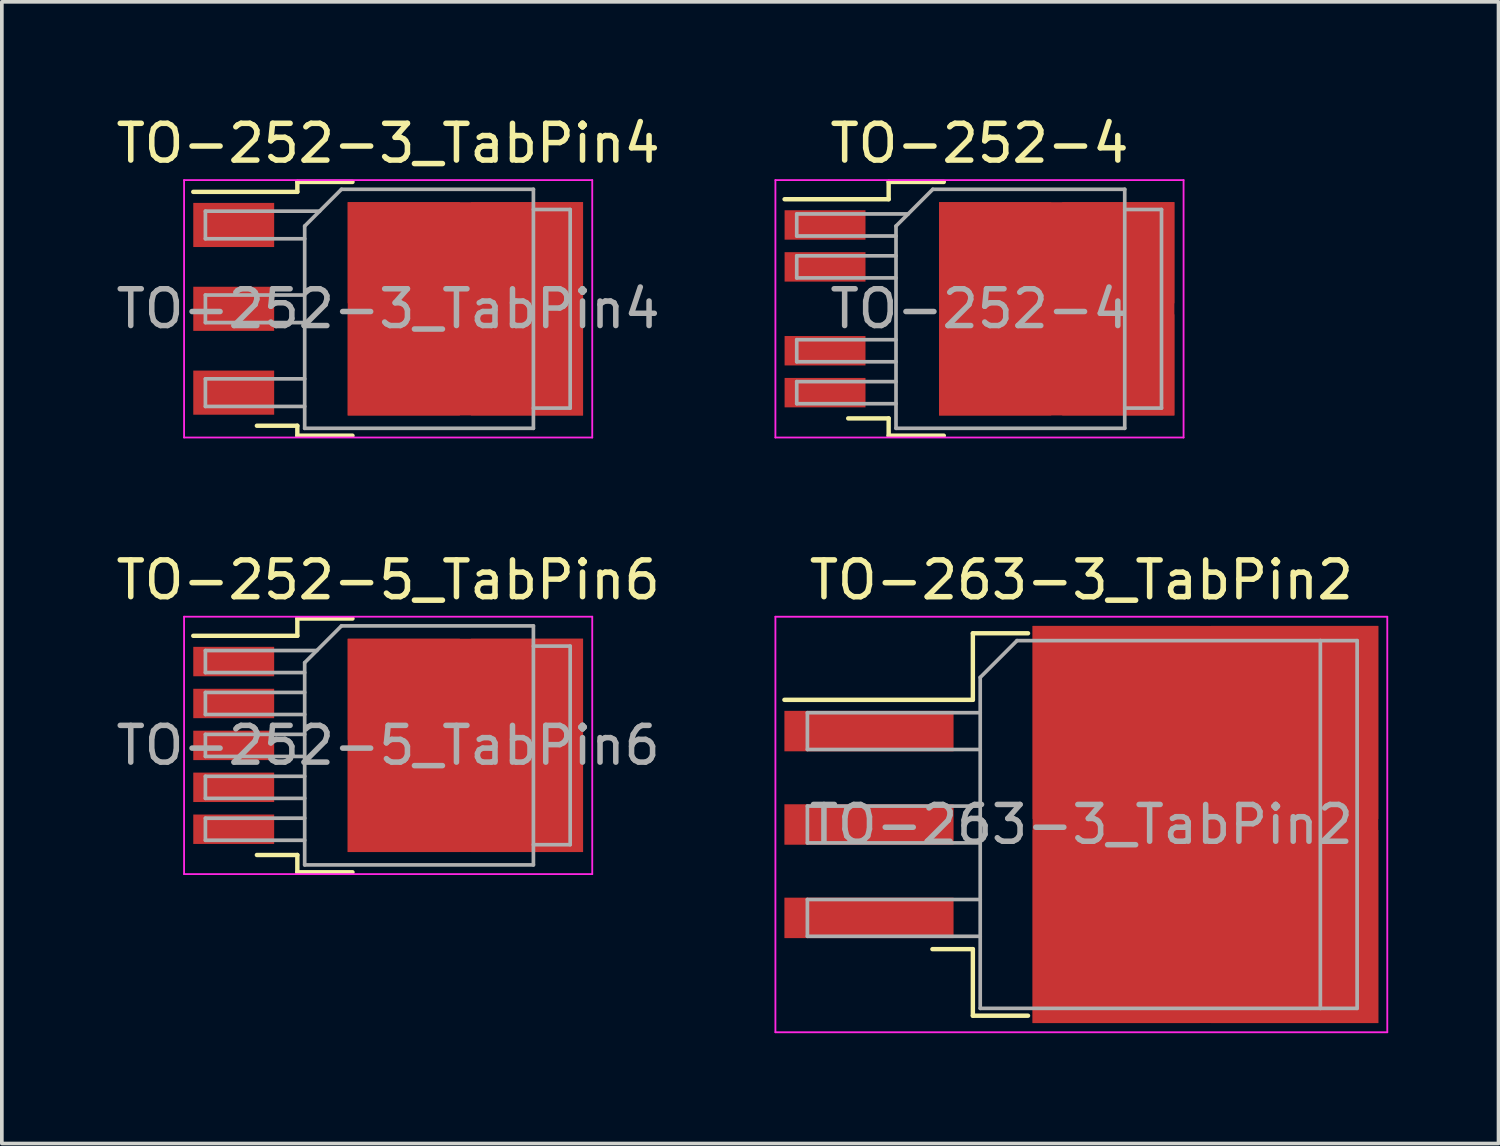
<source format=kicad_pcb>
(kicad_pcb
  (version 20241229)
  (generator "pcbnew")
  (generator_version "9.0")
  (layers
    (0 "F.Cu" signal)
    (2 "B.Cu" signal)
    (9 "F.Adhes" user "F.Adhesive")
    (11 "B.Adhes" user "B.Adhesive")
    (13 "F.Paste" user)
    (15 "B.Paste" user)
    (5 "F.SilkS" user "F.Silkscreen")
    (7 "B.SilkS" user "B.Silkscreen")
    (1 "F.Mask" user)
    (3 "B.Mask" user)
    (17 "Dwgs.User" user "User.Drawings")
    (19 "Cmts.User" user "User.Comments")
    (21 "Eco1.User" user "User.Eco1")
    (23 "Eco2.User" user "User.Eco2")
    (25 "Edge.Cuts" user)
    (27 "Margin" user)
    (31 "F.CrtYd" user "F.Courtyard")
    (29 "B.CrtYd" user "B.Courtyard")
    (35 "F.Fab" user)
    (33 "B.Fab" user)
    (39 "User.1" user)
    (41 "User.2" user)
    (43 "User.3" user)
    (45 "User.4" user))
  (footprint "TO-252-4"
    (layer "F.Cu")
    (at 23.587 5.348)
    (property "Reference" "TO-252-4" (at 0 -4.5 0) (layer "F.SilkS") (effects (font (size 1 1) (thickness 0.15))))
    (attr smd)
    (fp_line (start -2.47 -3.45) (end -2.47 -2.98) (stroke (width 0.12) (type solid)) (layer "F.SilkS"))
    (fp_line (start -2.47 -2.98) (end -5.3 -2.98) (stroke (width 0.12) (type solid)) (layer "F.SilkS"))
    (fp_line (start -2.47 2.98) (end -3.57 2.98) (stroke (width 0.12) (type solid)) (layer "F.SilkS"))
    (fp_line (start -2.47 3.45) (end -2.47 2.98) (stroke (width 0.12) (type solid)) (layer "F.SilkS"))
    (fp_line (start -0.97 -3.45) (end -2.47 -3.45) (stroke (width 0.12) (type solid)) (layer "F.SilkS"))
    (fp_line (start -0.97 3.45) (end -2.47 3.45) (stroke (width 0.12) (type solid)) (layer "F.SilkS"))
    (fp_line (start -5.55 -3.5) (end -5.55 3.5) (stroke (width 0.05) (type solid)) (layer "F.CrtYd"))
    (fp_line (start -5.55 3.5) (end 5.55 3.5) (stroke (width 0.05) (type solid)) (layer "F.CrtYd"))
    (fp_line (start 5.55 -3.5) (end -5.55 -3.5) (stroke (width 0.05) (type solid)) (layer "F.CrtYd"))
    (fp_line (start 5.55 3.5) (end 5.55 -3.5) (stroke (width 0.05) (type solid)) (layer "F.CrtYd"))
    (fp_line (start -4.97 -2.58) (end -4.97 -1.98) (stroke (width 0.1) (type solid)) (layer "F.Fab"))
    (fp_line (start -4.97 -1.98) (end -2.27 -1.98) (stroke (width 0.1) (type solid)) (layer "F.Fab"))
    (fp_line (start -4.97 -1.44) (end -4.97 -0.84) (stroke (width 0.1) (type solid)) (layer "F.Fab"))
    (fp_line (start -4.97 -0.84) (end -2.27 -0.84) (stroke (width 0.1) (type solid)) (layer "F.Fab"))
    (fp_line (start -4.97 0.84) (end -4.97 1.44) (stroke (width 0.1) (type solid)) (layer "F.Fab"))
    (fp_line (start -4.97 1.44) (end -2.27 1.44) (stroke (width 0.1) (type solid)) (layer "F.Fab"))
    (fp_line (start -4.97 1.98) (end -4.97 2.58) (stroke (width 0.1) (type solid)) (layer "F.Fab"))
    (fp_line (start -4.97 2.58) (end -2.27 2.58) (stroke (width 0.1) (type solid)) (layer "F.Fab"))
    (fp_line (start -2.27 -2.25) (end -1.27 -3.25) (stroke (width 0.1) (type solid)) (layer "F.Fab"))
    (fp_line (start -2.27 -1.44) (end -4.97 -1.44) (stroke (width 0.1) (type solid)) (layer "F.Fab"))
    (fp_line (start -2.27 0.84) (end -4.97 0.84) (stroke (width 0.1) (type solid)) (layer "F.Fab"))
    (fp_line (start -2.27 1.98) (end -4.97 1.98) (stroke (width 0.1) (type solid)) (layer "F.Fab"))
    (fp_line (start -2.27 3.25) (end -2.27 -2.25) (stroke (width 0.1) (type solid)) (layer "F.Fab"))
    (fp_line (start -1.94 -2.58) (end -4.97 -2.58) (stroke (width 0.1) (type solid)) (layer "F.Fab"))
    (fp_line (start -1.27 -3.25) (end 3.95 -3.25) (stroke (width 0.1) (type solid)) (layer "F.Fab"))
    (fp_line (start 3.95 -3.25) (end 3.95 3.25) (stroke (width 0.1) (type solid)) (layer "F.Fab"))
    (fp_line (start 3.95 -2.7) (end 4.95 -2.7) (stroke (width 0.1) (type solid)) (layer "F.Fab"))
    (fp_line (start 3.95 3.25) (end -2.27 3.25) (stroke (width 0.1) (type solid)) (layer "F.Fab"))
    (fp_line (start 4.95 -2.7) (end 4.95 2.7) (stroke (width 0.1) (type solid)) (layer "F.Fab"))
    (fp_line (start 4.95 2.7) (end 3.95 2.7) (stroke (width 0.1) (type solid)) (layer "F.Fab"))
    (fp_text user "${REFERENCE}" (at 0 0 0) (layer "F.Fab") (effects (font (size 1 1) (thickness 0.15))))
    (pad "1" smd rect (at -4.2 -2.28) (size 2.2 0.8) (layers "F.Cu" "F.Mask" "F.Paste"))
    (pad "2" smd rect (at -4.2 -1.14) (size 2.2 0.8) (layers "F.Cu" "F.Mask" "F.Paste"))
    (pad "3" smd rect (at 0.425 -1.525) (size 3.05 2.75) (layers "F.Cu" "F.Paste"))
    (pad "3" smd rect (at 0.425 1.525) (size 3.05 2.75) (layers "F.Cu" "F.Paste"))
    (pad "3" smd rect (at 2.1 0) (size 6.4 5.8) (layers "F.Cu" "F.Mask"))
    (pad "3" smd rect (at 3.775 -1.525) (size 3.05 2.75) (layers "F.Cu" "F.Paste"))
    (pad "3" smd rect (at 3.775 1.525) (size 3.05 2.75) (layers "F.Cu" "F.Paste"))
    (pad "4" smd rect (at -4.2 1.14) (size 2.2 0.8) (layers "F.Cu" "F.Mask" "F.Paste"))
    (pad "5" smd rect (at -4.2 2.28) (size 2.2 0.8) (layers "F.Cu" "F.Mask" "F.Paste")))
  (footprint "TO-252-3_TabPin4"
    (layer "F.Cu")
    (at 7.506 5.348)
    (property "Reference" "TO-252-3_TabPin4" (at 0 -4.5 0) (layer "F.SilkS") (effects (font (size 1 1) (thickness 0.15))))
    (attr smd)
    (fp_line (start -2.47 -3.45) (end -2.47 -3.18) (stroke (width 0.12) (type solid)) (layer "F.SilkS"))
    (fp_line (start -2.47 -3.18) (end -5.3 -3.18) (stroke (width 0.12) (type solid)) (layer "F.SilkS"))
    (fp_line (start -2.47 3.18) (end -3.57 3.18) (stroke (width 0.12) (type solid)) (layer "F.SilkS"))
    (fp_line (start -2.47 3.45) (end -2.47 3.18) (stroke (width 0.12) (type solid)) (layer "F.SilkS"))
    (fp_line (start -0.97 -3.45) (end -2.47 -3.45) (stroke (width 0.12) (type solid)) (layer "F.SilkS"))
    (fp_line (start -0.97 3.45) (end -2.47 3.45) (stroke (width 0.12) (type solid)) (layer "F.SilkS"))
    (fp_line (start -5.55 -3.5) (end -5.55 3.5) (stroke (width 0.05) (type solid)) (layer "F.CrtYd"))
    (fp_line (start -5.55 3.5) (end 5.55 3.5) (stroke (width 0.05) (type solid)) (layer "F.CrtYd"))
    (fp_line (start 5.55 -3.5) (end -5.55 -3.5) (stroke (width 0.05) (type solid)) (layer "F.CrtYd"))
    (fp_line (start 5.55 3.5) (end 5.55 -3.5) (stroke (width 0.05) (type solid)) (layer "F.CrtYd"))
    (fp_line (start -4.97 -2.655) (end -4.97 -1.905) (stroke (width 0.1) (type solid)) (layer "F.Fab"))
    (fp_line (start -4.97 -1.905) (end -2.27 -1.905) (stroke (width 0.1) (type solid)) (layer "F.Fab"))
    (fp_line (start -4.97 -0.375) (end -4.97 0.375) (stroke (width 0.1) (type solid)) (layer "F.Fab"))
    (fp_line (start -4.97 0.375) (end -2.27 0.375) (stroke (width 0.1) (type solid)) (layer "F.Fab"))
    (fp_line (start -4.97 1.905) (end -4.97 2.655) (stroke (width 0.1) (type solid)) (layer "F.Fab"))
    (fp_line (start -4.97 2.655) (end -2.27 2.655) (stroke (width 0.1) (type solid)) (layer "F.Fab"))
    (fp_line (start -2.27 -2.25) (end -1.27 -3.25) (stroke (width 0.1) (type solid)) (layer "F.Fab"))
    (fp_line (start -2.27 -0.375) (end -4.97 -0.375) (stroke (width 0.1) (type solid)) (layer "F.Fab"))
    (fp_line (start -2.27 1.905) (end -4.97 1.905) (stroke (width 0.1) (type solid)) (layer "F.Fab"))
    (fp_line (start -2.27 3.25) (end -2.27 -2.25) (stroke (width 0.1) (type solid)) (layer "F.Fab"))
    (fp_line (start -1.865 -2.655) (end -4.97 -2.655) (stroke (width 0.1) (type solid)) (layer "F.Fab"))
    (fp_line (start -1.27 -3.25) (end 3.95 -3.25) (stroke (width 0.1) (type solid)) (layer "F.Fab"))
    (fp_line (start 3.95 -3.25) (end 3.95 3.25) (stroke (width 0.1) (type solid)) (layer "F.Fab"))
    (fp_line (start 3.95 -2.7) (end 4.95 -2.7) (stroke (width 0.1) (type solid)) (layer "F.Fab"))
    (fp_line (start 3.95 3.25) (end -2.27 3.25) (stroke (width 0.1) (type solid)) (layer "F.Fab"))
    (fp_line (start 4.95 -2.7) (end 4.95 2.7) (stroke (width 0.1) (type solid)) (layer "F.Fab"))
    (fp_line (start 4.95 2.7) (end 3.95 2.7) (stroke (width 0.1) (type solid)) (layer "F.Fab"))
    (fp_text user "${REFERENCE}" (at 0 0 0) (layer "F.Fab") (effects (font (size 1 1) (thickness 0.15))))
    (pad "1" smd rect (at -4.2 -2.28) (size 2.2 1.2) (layers "F.Cu" "F.Mask" "F.Paste"))
    (pad "2" smd rect (at -4.2 0) (size 2.2 1.2) (layers "F.Cu" "F.Mask" "F.Paste"))
    (pad "3" smd rect (at -4.2 2.28) (size 2.2 1.2) (layers "F.Cu" "F.Mask" "F.Paste"))
    (pad "4" smd rect (at 0.425 -1.525) (size 3.05 2.75) (layers "F.Cu" "F.Paste"))
    (pad "4" smd rect (at 0.425 1.525) (size 3.05 2.75) (layers "F.Cu" "F.Paste"))
    (pad "4" smd rect (at 2.1 0) (size 6.4 5.8) (layers "F.Cu" "F.Mask"))
    (pad "4" smd rect (at 3.775 -1.525) (size 3.05 2.75) (layers "F.Cu" "F.Paste"))
    (pad "4" smd rect (at 3.775 1.525) (size 3.05 2.75) (layers "F.Cu" "F.Paste")))
  (footprint "TO-252-5_TabPin6"
    (layer "F.Cu")
    (at 7.506 17.221)
    (property "Reference" "TO-252-5_TabPin6" (at 0 -4.5 0) (layer "F.SilkS") (effects (font (size 1 1) (thickness 0.15))))
    (attr smd)
    (fp_line (start -2.47 -3.45) (end -2.47 -2.98) (stroke (width 0.12) (type solid)) (layer "F.SilkS"))
    (fp_line (start -2.47 -2.98) (end -5.3 -2.98) (stroke (width 0.12) (type solid)) (layer "F.SilkS"))
    (fp_line (start -2.47 2.98) (end -3.57 2.98) (stroke (width 0.12) (type solid)) (layer "F.SilkS"))
    (fp_line (start -2.47 3.45) (end -2.47 2.98) (stroke (width 0.12) (type solid)) (layer "F.SilkS"))
    (fp_line (start -0.97 -3.45) (end -2.47 -3.45) (stroke (width 0.12) (type solid)) (layer "F.SilkS"))
    (fp_line (start -0.97 3.45) (end -2.47 3.45) (stroke (width 0.12) (type solid)) (layer "F.SilkS"))
    (fp_line (start -5.55 -3.5) (end -5.55 3.5) (stroke (width 0.05) (type solid)) (layer "F.CrtYd"))
    (fp_line (start -5.55 3.5) (end 5.55 3.5) (stroke (width 0.05) (type solid)) (layer "F.CrtYd"))
    (fp_line (start 5.55 -3.5) (end -5.55 -3.5) (stroke (width 0.05) (type solid)) (layer "F.CrtYd"))
    (fp_line (start 5.55 3.5) (end 5.55 -3.5) (stroke (width 0.05) (type solid)) (layer "F.CrtYd"))
    (fp_line (start -4.97 -2.58) (end -4.97 -1.98) (stroke (width 0.1) (type solid)) (layer "F.Fab"))
    (fp_line (start -4.97 -1.98) (end -2.27 -1.98) (stroke (width 0.1) (type solid)) (layer "F.Fab"))
    (fp_line (start -4.97 -1.44) (end -4.97 -0.84) (stroke (width 0.1) (type solid)) (layer "F.Fab"))
    (fp_line (start -4.97 -0.84) (end -2.27 -0.84) (stroke (width 0.1) (type solid)) (layer "F.Fab"))
    (fp_line (start -4.97 -0.3) (end -4.97 0.3) (stroke (width 0.1) (type solid)) (layer "F.Fab"))
    (fp_line (start -4.97 0.3) (end -2.27 0.3) (stroke (width 0.1) (type solid)) (layer "F.Fab"))
    (fp_line (start -4.97 0.84) (end -4.97 1.44) (stroke (width 0.1) (type solid)) (layer "F.Fab"))
    (fp_line (start -4.97 1.44) (end -2.27 1.44) (stroke (width 0.1) (type solid)) (layer "F.Fab"))
    (fp_line (start -4.97 1.98) (end -4.97 2.58) (stroke (width 0.1) (type solid)) (layer "F.Fab"))
    (fp_line (start -4.97 2.58) (end -2.27 2.58) (stroke (width 0.1) (type solid)) (layer "F.Fab"))
    (fp_line (start -2.27 -2.25) (end -1.27 -3.25) (stroke (width 0.1) (type solid)) (layer "F.Fab"))
    (fp_line (start -2.27 -1.44) (end -4.97 -1.44) (stroke (width 0.1) (type solid)) (layer "F.Fab"))
    (fp_line (start -2.27 -0.3) (end -4.97 -0.3) (stroke (width 0.1) (type solid)) (layer "F.Fab"))
    (fp_line (start -2.27 0.84) (end -4.97 0.84) (stroke (width 0.1) (type solid)) (layer "F.Fab"))
    (fp_line (start -2.27 1.98) (end -4.97 1.98) (stroke (width 0.1) (type solid)) (layer "F.Fab"))
    (fp_line (start -2.27 3.25) (end -2.27 -2.25) (stroke (width 0.1) (type solid)) (layer "F.Fab"))
    (fp_line (start -1.94 -2.58) (end -4.97 -2.58) (stroke (width 0.1) (type solid)) (layer "F.Fab"))
    (fp_line (start -1.27 -3.25) (end 3.95 -3.25) (stroke (width 0.1) (type solid)) (layer "F.Fab"))
    (fp_line (start 3.95 -3.25) (end 3.95 3.25) (stroke (width 0.1) (type solid)) (layer "F.Fab"))
    (fp_line (start 3.95 -2.7) (end 4.95 -2.7) (stroke (width 0.1) (type solid)) (layer "F.Fab"))
    (fp_line (start 3.95 3.25) (end -2.27 3.25) (stroke (width 0.1) (type solid)) (layer "F.Fab"))
    (fp_line (start 4.95 -2.7) (end 4.95 2.7) (stroke (width 0.1) (type solid)) (layer "F.Fab"))
    (fp_line (start 4.95 2.7) (end 3.95 2.7) (stroke (width 0.1) (type solid)) (layer "F.Fab"))
    (fp_text user "${REFERENCE}" (at 0 0 0) (layer "F.Fab") (effects (font (size 1 1) (thickness 0.15))))
    (pad "1" smd rect (at -4.2 -2.28) (size 2.2 0.8) (layers "F.Cu" "F.Mask" "F.Paste"))
    (pad "2" smd rect (at -4.2 -1.14) (size 2.2 0.8) (layers "F.Cu" "F.Mask" "F.Paste"))
    (pad "3" smd rect (at -4.2 0) (size 2.2 0.8) (layers "F.Cu" "F.Mask" "F.Paste"))
    (pad "4" smd rect (at -4.2 1.14) (size 2.2 0.8) (layers "F.Cu" "F.Mask" "F.Paste"))
    (pad "5" smd rect (at -4.2 2.28) (size 2.2 0.8) (layers "F.Cu" "F.Mask" "F.Paste"))
    (pad "6" smd rect (at 0.425 -1.525) (size 3.05 2.75) (layers "F.Cu" "F.Paste"))
    (pad "6" smd rect (at 0.425 1.525) (size 3.05 2.75) (layers "F.Cu" "F.Paste"))
    (pad "6" smd rect (at 2.1 0) (size 6.4 5.8) (layers "F.Cu" "F.Mask"))
    (pad "6" smd rect (at 3.775 -1.525) (size 3.05 2.75) (layers "F.Cu" "F.Paste"))
    (pad "6" smd rect (at 3.775 1.525) (size 3.05 2.75) (layers "F.Cu" "F.Paste")))
  (footprint "TO-263-3_TabPin2"
    (layer "F.Cu")
    (at 26.357 19.372)
    (property "Reference" "TO-263-3_TabPin2" (at 0 -6.65 0) (layer "F.SilkS") (effects (font (size 1 1) (thickness 0.15))))
    (attr smd)
    (fp_line (start -2.95 -5.2) (end -2.95 -3.39) (stroke (width 0.12) (type solid)) (layer "F.SilkS"))
    (fp_line (start -2.95 -3.39) (end -8.075 -3.39) (stroke (width 0.12) (type solid)) (layer "F.SilkS"))
    (fp_line (start -2.95 3.39) (end -4.05 3.39) (stroke (width 0.12) (type solid)) (layer "F.SilkS"))
    (fp_line (start -2.95 5.2) (end -2.95 3.39) (stroke (width 0.12) (type solid)) (layer "F.SilkS"))
    (fp_line (start -1.45 -5.2) (end -2.95 -5.2) (stroke (width 0.12) (type solid)) (layer "F.SilkS"))
    (fp_line (start -1.45 5.2) (end -2.95 5.2) (stroke (width 0.12) (type solid)) (layer "F.SilkS"))
    (fp_line (start -8.32 -5.65) (end -8.32 5.65) (stroke (width 0.05) (type solid)) (layer "F.CrtYd"))
    (fp_line (start -8.32 5.65) (end 8.32 5.65) (stroke (width 0.05) (type solid)) (layer "F.CrtYd"))
    (fp_line (start 8.32 -5.65) (end -8.32 -5.65) (stroke (width 0.05) (type solid)) (layer "F.CrtYd"))
    (fp_line (start 8.32 5.65) (end 8.32 -5.65) (stroke (width 0.05) (type solid)) (layer "F.CrtYd"))
    (fp_line (start -7.45 -3.04) (end -7.45 -2.04) (stroke (width 0.1) (type solid)) (layer "F.Fab"))
    (fp_line (start -7.45 -2.04) (end -2.75 -2.04) (stroke (width 0.1) (type solid)) (layer "F.Fab"))
    (fp_line (start -7.45 -0.5) (end -7.45 0.5) (stroke (width 0.1) (type solid)) (layer "F.Fab"))
    (fp_line (start -7.45 0.5) (end -2.75 0.5) (stroke (width 0.1) (type solid)) (layer "F.Fab"))
    (fp_line (start -7.45 2.04) (end -7.45 3.04) (stroke (width 0.1) (type solid)) (layer "F.Fab"))
    (fp_line (start -7.45 3.04) (end -2.75 3.04) (stroke (width 0.1) (type solid)) (layer "F.Fab"))
    (fp_line (start -2.75 -4) (end -1.75 -5) (stroke (width 0.1) (type solid)) (layer "F.Fab"))
    (fp_line (start -2.75 -3.04) (end -7.45 -3.04) (stroke (width 0.1) (type solid)) (layer "F.Fab"))
    (fp_line (start -2.75 -0.5) (end -7.45 -0.5) (stroke (width 0.1) (type solid)) (layer "F.Fab"))
    (fp_line (start -2.75 2.04) (end -7.45 2.04) (stroke (width 0.1) (type solid)) (layer "F.Fab"))
    (fp_line (start -2.75 5) (end -2.75 -4) (stroke (width 0.1) (type solid)) (layer "F.Fab"))
    (fp_line (start -1.75 -5) (end 6.5 -5) (stroke (width 0.1) (type solid)) (layer "F.Fab"))
    (fp_line (start 6.5 -5) (end 6.5 5) (stroke (width 0.1) (type solid)) (layer "F.Fab"))
    (fp_line (start 6.5 -5) (end 7.5 -5) (stroke (width 0.1) (type solid)) (layer "F.Fab"))
    (fp_line (start 6.5 5) (end -2.75 5) (stroke (width 0.1) (type solid)) (layer "F.Fab"))
    (fp_line (start 7.5 -5) (end 7.5 5) (stroke (width 0.1) (type solid)) (layer "F.Fab"))
    (fp_line (start 7.5 5) (end 6.5 5) (stroke (width 0.1) (type solid)) (layer "F.Fab"))
    (fp_text user "${REFERENCE}" (at 0 0 0) (layer "F.Fab") (effects (font (size 1 1) (thickness 0.15))))
    (pad "1" smd rect (at -5.775 -2.54) (size 4.6 1.1) (layers "F.Cu" "F.Mask" "F.Paste"))
    (pad "2" smd rect (at -5.775 0) (size 4.6 1.1) (layers "F.Cu" "F.Mask" "F.Paste"))
    (pad "2" smd rect (at 0.95 -2.775) (size 4.55 5.25) (layers "F.Cu" "F.Paste"))
    (pad "2" smd rect (at 0.95 2.775) (size 4.55 5.25) (layers "F.Cu" "F.Paste"))
    (pad "2" smd rect (at 3.375 0) (size 9.4 10.8) (layers "F.Cu" "F.Mask"))
    (pad "2" smd rect (at 5.8 -2.775) (size 4.55 5.25) (layers "F.Cu" "F.Paste"))
    (pad "2" smd rect (at 5.8 2.775) (size 4.55 5.25) (layers "F.Cu" "F.Paste"))
    (pad "3" smd rect (at -5.775 2.54) (size 4.6 1.1) (layers "F.Cu" "F.Mask" "F.Paste")))
  (gr_rect
    (start -3 -3)
    (end 37.702 28.047)
    (stroke (width 0.1) (type default))
    (fill no)
    (layer "Edge.Cuts")))
</source>
